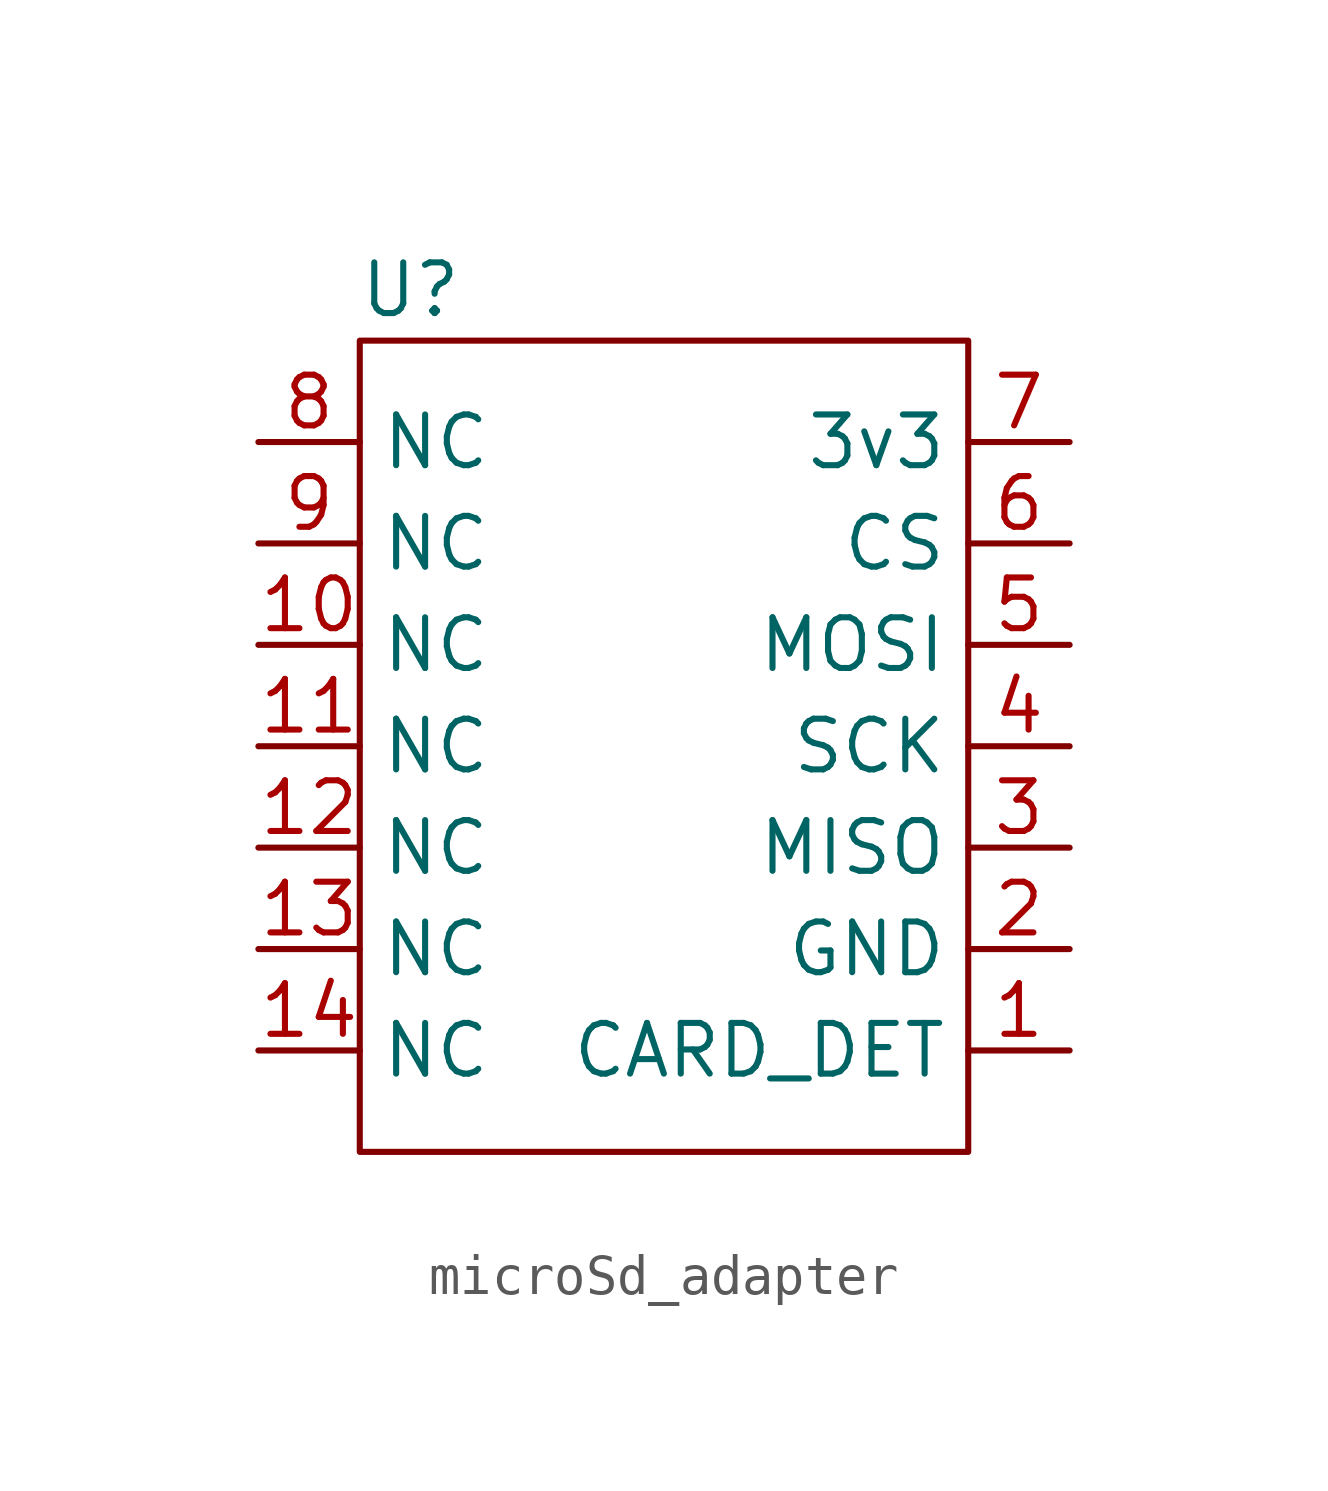
<source format=kicad_sym>
(kicad_symbol_lib
  (version 20220914)
  (generator kicad_symbol_editor)
  (symbol "microSd_adapter"
    (property "Reference" "U"
      (at -6.35 11.43 0)
      (effects (font (size 1.27 1.27))))
    (property "Value" ""
      (at 2.54 10.16 0)
      (effects (font (size 1.27 1.27))))
    (symbol "microSd_adapter_0_1"
      (rectangle (start -7.62 10.16) (end 7.62 -10.16) (stroke (width 0) (type default)) (fill (type none))))
    (symbol "microSd_adapter_1_1"
      (pin passive line (at 10.16 -7.62 180) (length 2.54) (name "CARD_DET" (effects (font (size 1.27 1.27)))) (number "1" (effects (font (size 1.27 1.27)))))
      (pin input line (at -10.16 2.54 0) (length 2.54) (name "NC" (effects (font (size 1.27 1.27)))) (number "10" (effects (font (size 1.27 1.27)))))
      (pin input line (at -10.16 0 0) (length 2.54) (name "NC" (effects (font (size 1.27 1.27)))) (number "11" (effects (font (size 1.27 1.27)))))
      (pin input line (at -10.16 -2.54 0) (length 2.54) (name "NC" (effects (font (size 1.27 1.27)))) (number "12" (effects (font (size 1.27 1.27)))))
      (pin input line (at -10.16 -5.08 0) (length 2.54) (name "NC" (effects (font (size 1.27 1.27)))) (number "13" (effects (font (size 1.27 1.27)))))
      (pin input line (at -10.16 -7.62 0) (length 2.54) (name "NC" (effects (font (size 1.27 1.27)))) (number "14" (effects (font (size 1.27 1.27)))))
      (pin passive line (at 10.16 -5.08 180) (length 2.54) (name "GND" (effects (font (size 1.27 1.27)))) (number "2" (effects (font (size 1.27 1.27)))))
      (pin passive line (at 10.16 -2.54 180) (length 2.54) (name "MISO" (effects (font (size 1.27 1.27)))) (number "3" (effects (font (size 1.27 1.27)))))
      (pin passive line (at 10.16 0 180) (length 2.54) (name "SCK" (effects (font (size 1.27 1.27)))) (number "4" (effects (font (size 1.27 1.27)))))
      (pin passive line (at 10.16 2.54 180) (length 2.54) (name "MOSI" (effects (font (size 1.27 1.27)))) (number "5" (effects (font (size 1.27 1.27)))))
      (pin passive line (at 10.16 5.08 180) (length 2.54) (name "CS" (effects (font (size 1.27 1.27)))) (number "6" (effects (font (size 1.27 1.27)))))
      (pin power_in line (at 10.16 7.62 180) (length 2.54) (name "3v3" (effects (font (size 1.27 1.27)))) (number "7" (effects (font (size 1.27 1.27)))))
      (pin input line (at -10.16 7.62 0) (length 2.54) (name "NC" (effects (font (size 1.27 1.27)))) (number "8" (effects (font (size 1.27 1.27)))))
      (pin input line (at -10.16 5.08 0) (length 2.54) (name "NC" (effects (font (size 1.27 1.27)))) (number "9" (effects (font (size 1.27 1.27))))))))
</source>
